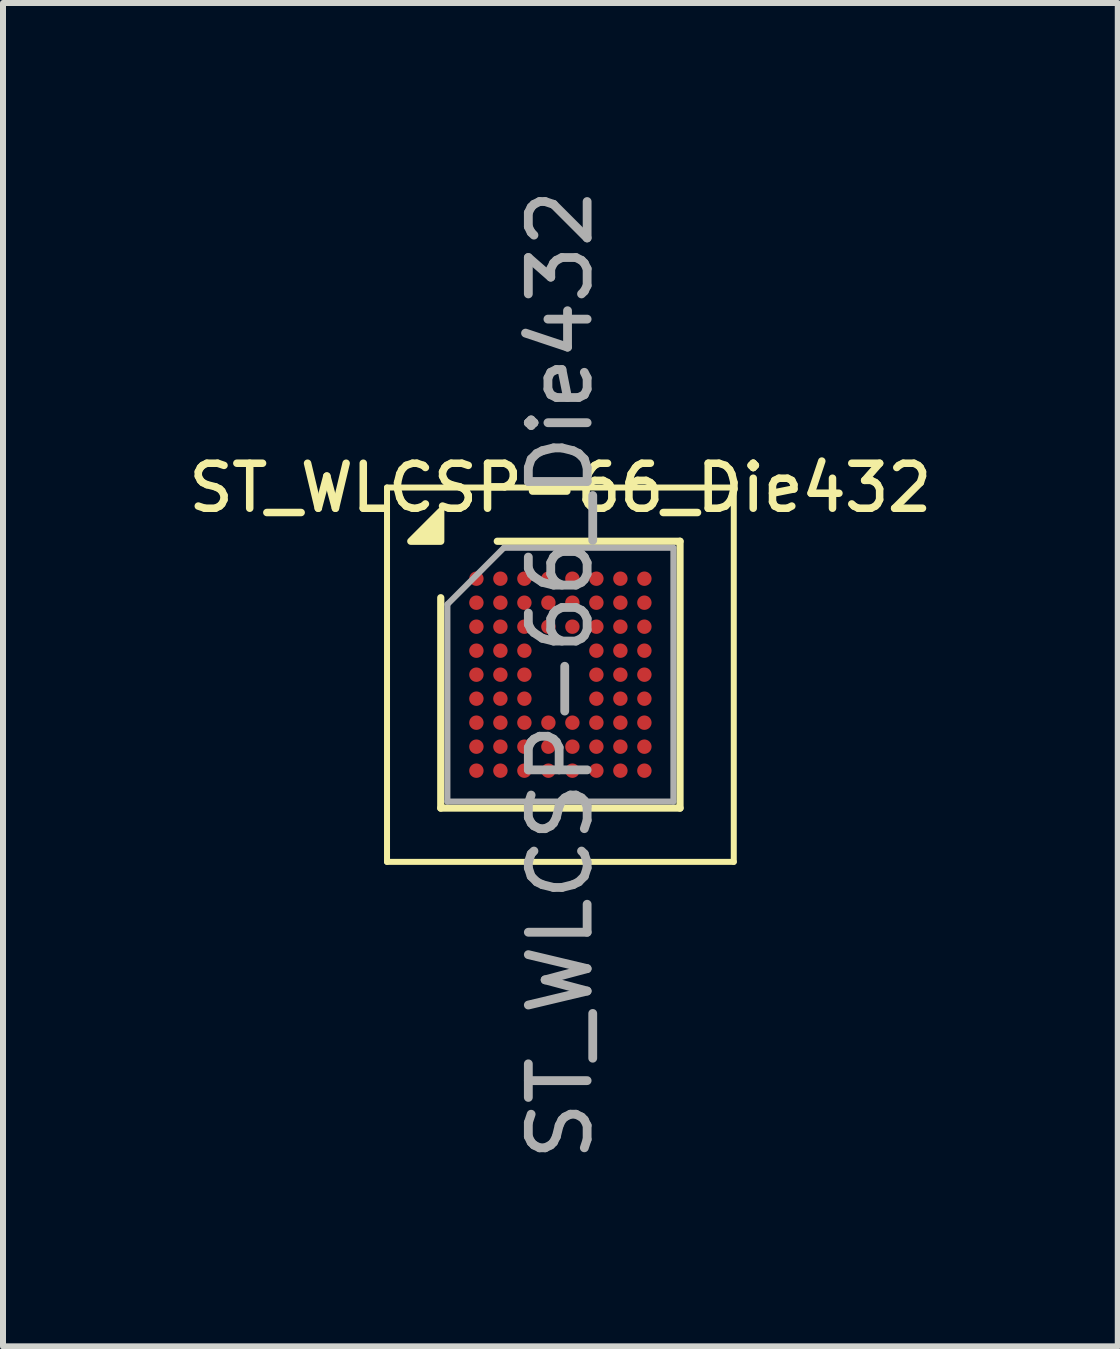
<source format=kicad_pcb>
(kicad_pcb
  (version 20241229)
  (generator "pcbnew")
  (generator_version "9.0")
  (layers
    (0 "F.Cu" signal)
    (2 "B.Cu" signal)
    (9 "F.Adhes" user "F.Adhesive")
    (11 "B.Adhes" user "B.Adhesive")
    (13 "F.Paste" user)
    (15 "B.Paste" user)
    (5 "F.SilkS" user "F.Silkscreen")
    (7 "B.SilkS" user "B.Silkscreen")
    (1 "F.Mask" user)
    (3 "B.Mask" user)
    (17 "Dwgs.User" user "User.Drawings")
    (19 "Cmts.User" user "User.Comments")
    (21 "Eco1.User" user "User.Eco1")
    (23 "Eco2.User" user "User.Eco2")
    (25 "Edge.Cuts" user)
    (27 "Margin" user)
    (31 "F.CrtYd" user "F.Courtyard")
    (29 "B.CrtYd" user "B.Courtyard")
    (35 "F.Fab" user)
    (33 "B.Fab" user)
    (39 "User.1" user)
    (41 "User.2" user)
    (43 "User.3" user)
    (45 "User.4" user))
  (footprint "ST_WLCSP-66_Die432"
    (layer "F.Cu")
    (at 6.291 8.196)
    (property "Reference" "ST_WLCSP-66_Die432" (at 0 -3.115 0) (layer "F.SilkS") (effects (font (size 0.75 0.75) (thickness 0.125))))
    (attr smd)
    (fp_line (start -2.89 -3.12) (end -2.89 3.12) (stroke (width 0.1) (type solid)) (layer "F.SilkS"))
    (fp_line (start -2.89 3.12) (end 2.89 3.12) (stroke (width 0.1) (type solid)) (layer "F.SilkS"))
    (fp_line (start -1.994 2.224) (end -1.994 -1.283) (stroke (width 0.12) (type solid)) (layer "F.SilkS"))
    (fp_line (start -1.052 -2.224) (end 1.994 -2.224) (stroke (width 0.12) (type solid)) (layer "F.SilkS"))
    (fp_line (start 1.994 -2.224) (end 1.994 2.224) (stroke (width 0.12) (type solid)) (layer "F.SilkS"))
    (fp_line (start 1.994 2.224) (end -1.994 2.224) (stroke (width 0.12) (type solid)) (layer "F.SilkS"))
    (fp_line (start 2.89 -3.12) (end -2.89 -3.12) (stroke (width 0.1) (type solid)) (layer "F.SilkS"))
    (fp_line (start 2.89 3.12) (end 2.89 -3.12) (stroke (width 0.1) (type solid)) (layer "F.SilkS"))
    (fp_poly (pts (xy -1.994 -2.224) (xy -2.494 -2.224) (xy -1.994 -2.724) (xy -1.994 -2.224)) (stroke (width 0.12) (type solid)) (fill yes) (layer "F.SilkS"))
    (fp_line (start -1.883 -1.173) (end -0.942 -2.115) (stroke (width 0.1) (type solid)) (layer "F.Fab"))
    (fp_line (start -1.883 2.115) (end -1.883 -1.173) (stroke (width 0.1) (type solid)) (layer "F.Fab"))
    (fp_line (start -0.942 -2.115) (end 1.883 -2.115) (stroke (width 0.1) (type solid)) (layer "F.Fab"))
    (fp_line (start 1.883 -2.115) (end 1.883 2.115) (stroke (width 0.1) (type solid)) (layer "F.Fab"))
    (fp_line (start 1.883 2.115) (end -1.883 2.115) (stroke (width 0.1) (type solid)) (layer "F.Fab"))
    (fp_text user "${REFERENCE}" (at 0 0 270) (layer "F.Fab") (effects (font (size 0.98 0.98) (thickness 0.147))))
    (pad "A1" smd circle (at -1.4 -1.6) (size 0.24 0.24) (property pad_prop_bga) (layers "F.Cu" "F.Mask" "F.Paste"))
    (pad "A2" smd circle (at -1 -1.6) (size 0.24 0.24) (property pad_prop_bga) (layers "F.Cu" "F.Mask" "F.Paste"))
    (pad "A3" smd circle (at -0.6 -1.6) (size 0.24 0.24) (property pad_prop_bga) (layers "F.Cu" "F.Mask" "F.Paste"))
    (pad "A4" smd circle (at -0.2 -1.6) (size 0.24 0.24) (property pad_prop_bga) (layers "F.Cu" "F.Mask" "F.Paste"))
    (pad "A5" smd circle (at 0.2 -1.6) (size 0.24 0.24) (property pad_prop_bga) (layers "F.Cu" "F.Mask" "F.Paste"))
    (pad "A6" smd circle (at 0.6 -1.6) (size 0.24 0.24) (property pad_prop_bga) (layers "F.Cu" "F.Mask" "F.Paste"))
    (pad "A7" smd circle (at 1 -1.6) (size 0.24 0.24) (property pad_prop_bga) (layers "F.Cu" "F.Mask" "F.Paste"))
    (pad "A8" smd circle (at 1.4 -1.6) (size 0.24 0.24) (property pad_prop_bga) (layers "F.Cu" "F.Mask" "F.Paste"))
    (pad "B1" smd circle (at -1.4 -1.2) (size 0.24 0.24) (property pad_prop_bga) (layers "F.Cu" "F.Mask" "F.Paste"))
    (pad "B2" smd circle (at -1 -1.2) (size 0.24 0.24) (property pad_prop_bga) (layers "F.Cu" "F.Mask" "F.Paste"))
    (pad "B3" smd circle (at -0.6 -1.2) (size 0.24 0.24) (property pad_prop_bga) (layers "F.Cu" "F.Mask" "F.Paste"))
    (pad "B4" smd circle (at -0.2 -1.2) (size 0.24 0.24) (property pad_prop_bga) (layers "F.Cu" "F.Mask" "F.Paste"))
    (pad "B5" smd circle (at 0.2 -1.2) (size 0.24 0.24) (property pad_prop_bga) (layers "F.Cu" "F.Mask" "F.Paste"))
    (pad "B6" smd circle (at 0.6 -1.2) (size 0.24 0.24) (property pad_prop_bga) (layers "F.Cu" "F.Mask" "F.Paste"))
    (pad "B7" smd circle (at 1 -1.2) (size 0.24 0.24) (property pad_prop_bga) (layers "F.Cu" "F.Mask" "F.Paste"))
    (pad "B8" smd circle (at 1.4 -1.2) (size 0.24 0.24) (property pad_prop_bga) (layers "F.Cu" "F.Mask" "F.Paste"))
    (pad "C1" smd circle (at -1.4 -0.8) (size 0.24 0.24) (property pad_prop_bga) (layers "F.Cu" "F.Mask" "F.Paste"))
    (pad "C2" smd circle (at -1 -0.8) (size 0.24 0.24) (property pad_prop_bga) (layers "F.Cu" "F.Mask" "F.Paste"))
    (pad "C3" smd circle (at -0.6 -0.8) (size 0.24 0.24) (property pad_prop_bga) (layers "F.Cu" "F.Mask" "F.Paste"))
    (pad "C4" smd circle (at -0.2 -0.8) (size 0.24 0.24) (property pad_prop_bga) (layers "F.Cu" "F.Mask" "F.Paste"))
    (pad "C5" smd circle (at 0.2 -0.8) (size 0.24 0.24) (property pad_prop_bga) (layers "F.Cu" "F.Mask" "F.Paste"))
    (pad "C6" smd circle (at 0.6 -0.8) (size 0.24 0.24) (property pad_prop_bga) (layers "F.Cu" "F.Mask" "F.Paste"))
    (pad "C7" smd circle (at 1 -0.8) (size 0.24 0.24) (property pad_prop_bga) (layers "F.Cu" "F.Mask" "F.Paste"))
    (pad "C8" smd circle (at 1.4 -0.8) (size 0.24 0.24) (property pad_prop_bga) (layers "F.Cu" "F.Mask" "F.Paste"))
    (pad "D1" smd circle (at -1.4 -0.4) (size 0.24 0.24) (property pad_prop_bga) (layers "F.Cu" "F.Mask" "F.Paste"))
    (pad "D2" smd circle (at -1 -0.4) (size 0.24 0.24) (property pad_prop_bga) (layers "F.Cu" "F.Mask" "F.Paste"))
    (pad "D3" smd circle (at -0.6 -0.4) (size 0.24 0.24) (property pad_prop_bga) (layers "F.Cu" "F.Mask" "F.Paste"))
    (pad "D6" smd circle (at 0.6 -0.4) (size 0.24 0.24) (property pad_prop_bga) (layers "F.Cu" "F.Mask" "F.Paste"))
    (pad "D7" smd circle (at 1 -0.4) (size 0.24 0.24) (property pad_prop_bga) (layers "F.Cu" "F.Mask" "F.Paste"))
    (pad "D8" smd circle (at 1.4 -0.4) (size 0.24 0.24) (property pad_prop_bga) (layers "F.Cu" "F.Mask" "F.Paste"))
    (pad "E1" smd circle (at -1.4 0) (size 0.24 0.24) (property pad_prop_bga) (layers "F.Cu" "F.Mask" "F.Paste"))
    (pad "E2" smd circle (at -1 0) (size 0.24 0.24) (property pad_prop_bga) (layers "F.Cu" "F.Mask" "F.Paste"))
    (pad "E3" smd circle (at -0.6 0) (size 0.24 0.24) (property pad_prop_bga) (layers "F.Cu" "F.Mask" "F.Paste"))
    (pad "E6" smd circle (at 0.6 0) (size 0.24 0.24) (property pad_prop_bga) (layers "F.Cu" "F.Mask" "F.Paste"))
    (pad "E7" smd circle (at 1 0) (size 0.24 0.24) (property pad_prop_bga) (layers "F.Cu" "F.Mask" "F.Paste"))
    (pad "E8" smd circle (at 1.4 0) (size 0.24 0.24) (property pad_prop_bga) (layers "F.Cu" "F.Mask" "F.Paste"))
    (pad "F1" smd circle (at -1.4 0.4) (size 0.24 0.24) (property pad_prop_bga) (layers "F.Cu" "F.Mask" "F.Paste"))
    (pad "F2" smd circle (at -1 0.4) (size 0.24 0.24) (property pad_prop_bga) (layers "F.Cu" "F.Mask" "F.Paste"))
    (pad "F3" smd circle (at -0.6 0.4) (size 0.24 0.24) (property pad_prop_bga) (layers "F.Cu" "F.Mask" "F.Paste"))
    (pad "F6" smd circle (at 0.6 0.4) (size 0.24 0.24) (property pad_prop_bga) (layers "F.Cu" "F.Mask" "F.Paste"))
    (pad "F7" smd circle (at 1 0.4) (size 0.24 0.24) (property pad_prop_bga) (layers "F.Cu" "F.Mask" "F.Paste"))
    (pad "F8" smd circle (at 1.4 0.4) (size 0.24 0.24) (property pad_prop_bga) (layers "F.Cu" "F.Mask" "F.Paste"))
    (pad "G1" smd circle (at -1.4 0.8) (size 0.24 0.24) (property pad_prop_bga) (layers "F.Cu" "F.Mask" "F.Paste"))
    (pad "G2" smd circle (at -1 0.8) (size 0.24 0.24) (property pad_prop_bga) (layers "F.Cu" "F.Mask" "F.Paste"))
    (pad "G3" smd circle (at -0.6 0.8) (size 0.24 0.24) (property pad_prop_bga) (layers "F.Cu" "F.Mask" "F.Paste"))
    (pad "G4" smd circle (at -0.2 0.8) (size 0.24 0.24) (property pad_prop_bga) (layers "F.Cu" "F.Mask" "F.Paste"))
    (pad "G5" smd circle (at 0.2 0.8) (size 0.24 0.24) (property pad_prop_bga) (layers "F.Cu" "F.Mask" "F.Paste"))
    (pad "G6" smd circle (at 0.6 0.8) (size 0.24 0.24) (property pad_prop_bga) (layers "F.Cu" "F.Mask" "F.Paste"))
    (pad "G7" smd circle (at 1 0.8) (size 0.24 0.24) (property pad_prop_bga) (layers "F.Cu" "F.Mask" "F.Paste"))
    (pad "G8" smd circle (at 1.4 0.8) (size 0.24 0.24) (property pad_prop_bga) (layers "F.Cu" "F.Mask" "F.Paste"))
    (pad "H1" smd circle (at -1.4 1.2) (size 0.24 0.24) (property pad_prop_bga) (layers "F.Cu" "F.Mask" "F.Paste"))
    (pad "H2" smd circle (at -1 1.2) (size 0.24 0.24) (property pad_prop_bga) (layers "F.Cu" "F.Mask" "F.Paste"))
    (pad "H3" smd circle (at -0.6 1.2) (size 0.24 0.24) (property pad_prop_bga) (layers "F.Cu" "F.Mask" "F.Paste"))
    (pad "H4" smd circle (at -0.2 1.2) (size 0.24 0.24) (property pad_prop_bga) (layers "F.Cu" "F.Mask" "F.Paste"))
    (pad "H5" smd circle (at 0.2 1.2) (size 0.24 0.24) (property pad_prop_bga) (layers "F.Cu" "F.Mask" "F.Paste"))
    (pad "H6" smd circle (at 0.6 1.2) (size 0.24 0.24) (property pad_prop_bga) (layers "F.Cu" "F.Mask" "F.Paste"))
    (pad "H7" smd circle (at 1 1.2) (size 0.24 0.24) (property pad_prop_bga) (layers "F.Cu" "F.Mask" "F.Paste"))
    (pad "H8" smd circle (at 1.4 1.2) (size 0.24 0.24) (property pad_prop_bga) (layers "F.Cu" "F.Mask" "F.Paste"))
    (pad "J1" smd circle (at -1.4 1.6) (size 0.24 0.24) (property pad_prop_bga) (layers "F.Cu" "F.Mask" "F.Paste"))
    (pad "J2" smd circle (at -1 1.6) (size 0.24 0.24) (property pad_prop_bga) (layers "F.Cu" "F.Mask" "F.Paste"))
    (pad "J3" smd circle (at -0.6 1.6) (size 0.24 0.24) (property pad_prop_bga) (layers "F.Cu" "F.Mask" "F.Paste"))
    (pad "J4" smd circle (at -0.2 1.6) (size 0.24 0.24) (property pad_prop_bga) (layers "F.Cu" "F.Mask" "F.Paste"))
    (pad "J5" smd circle (at 0.2 1.6) (size 0.24 0.24) (property pad_prop_bga) (layers "F.Cu" "F.Mask" "F.Paste"))
    (pad "J6" smd circle (at 0.6 1.6) (size 0.24 0.24) (property pad_prop_bga) (layers "F.Cu" "F.Mask" "F.Paste"))
    (pad "J7" smd circle (at 1 1.6) (size 0.24 0.24) (property pad_prop_bga) (layers "F.Cu" "F.Mask" "F.Paste"))
    (pad "J8" smd circle (at 1.4 1.6) (size 0.24 0.24) (property pad_prop_bga) (layers "F.Cu" "F.Mask" "F.Paste")))
  (gr_rect
    (start -3 -3)
    (end 15.582 19.392)
    (stroke (width 0.1) (type default))
    (fill no)
    (layer "Edge.Cuts")))
</source>
